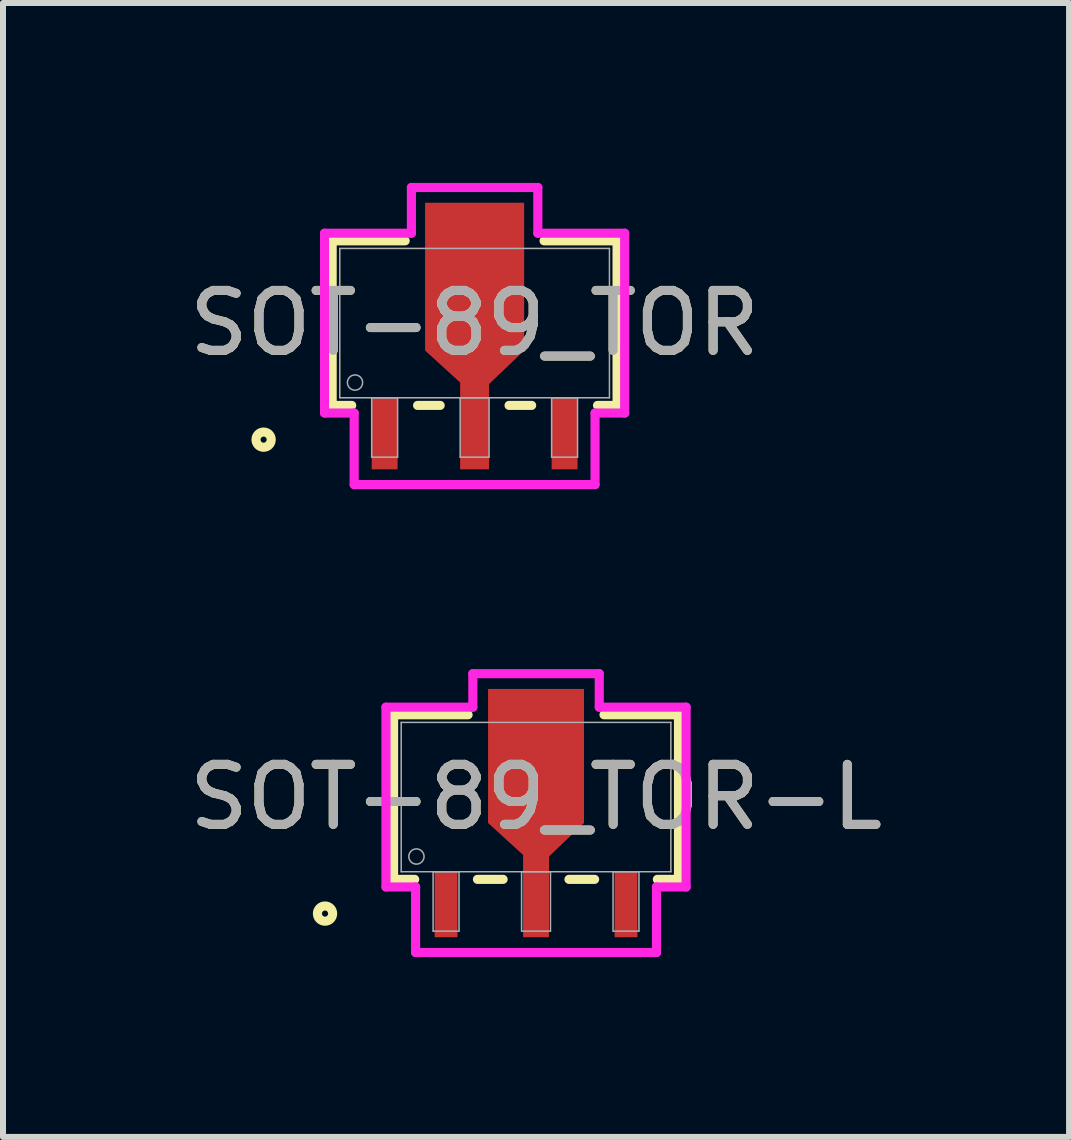
<source format=kicad_pcb>
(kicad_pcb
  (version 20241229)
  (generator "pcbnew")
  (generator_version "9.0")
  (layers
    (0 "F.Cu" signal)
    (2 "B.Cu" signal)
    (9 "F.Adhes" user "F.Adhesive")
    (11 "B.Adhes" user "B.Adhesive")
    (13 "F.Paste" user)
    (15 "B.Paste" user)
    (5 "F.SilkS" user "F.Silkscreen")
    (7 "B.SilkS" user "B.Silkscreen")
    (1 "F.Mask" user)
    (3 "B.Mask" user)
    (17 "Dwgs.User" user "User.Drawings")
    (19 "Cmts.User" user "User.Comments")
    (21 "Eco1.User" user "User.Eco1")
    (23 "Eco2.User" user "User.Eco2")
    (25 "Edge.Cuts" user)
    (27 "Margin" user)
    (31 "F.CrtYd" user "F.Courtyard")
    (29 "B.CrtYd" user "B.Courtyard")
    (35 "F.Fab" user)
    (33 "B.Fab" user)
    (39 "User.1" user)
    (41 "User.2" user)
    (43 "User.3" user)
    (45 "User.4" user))
  (footprint "SOT-89_TOR"
    (layer "F.Cu")
    (at 4.863 2.337)
    (property "Reference" "SOT-89_TOR" (at 0 0 0) (unlocked yes) (layer "F.SilkS") (effects (font (size 1 1) (thickness 0.15))))
    (attr smd)
    (fp_poly (pts (xy -0.241 1.245) (xy -0.241 0.991) (xy -0.826 0.457) (xy -0.826 -2.007) (xy 0.826 -2.007) (xy 0.826 0.457) (xy 0.241 1.016) (xy 0.241 1.245)) (stroke (width 0) (type solid)) (fill yes) (layer "F.Cu"))
    (fp_poly (pts (xy -0.241 1.245) (xy -0.241 0.991) (xy -0.8 0.432) (xy -0.8 -1.854) (xy 0.8 -1.854) (xy 0.8 0.432) (xy 0.241 0.991) (xy 0.241 1.245)) (stroke (width 0) (type solid)) (fill yes) (layer "F.Mask"))
    (fp_line (start -2.375 -1.372) (end -2.375 1.372) (stroke (width 0.152) (type solid)) (layer "F.SilkS"))
    (fp_line (start -2.375 1.372) (end -2.049 1.372) (stroke (width 0.152) (type solid)) (layer "F.SilkS"))
    (fp_line (start -1.158 -1.372) (end -2.375 -1.372) (stroke (width 0.152) (type solid)) (layer "F.SilkS"))
    (fp_line (start -0.951 1.372) (end -0.574 1.372) (stroke (width 0.152) (type solid)) (layer "F.SilkS"))
    (fp_line (start 0.574 1.372) (end 0.951 1.372) (stroke (width 0.152) (type solid)) (layer "F.SilkS"))
    (fp_line (start 2.049 1.372) (end 2.375 1.372) (stroke (width 0.152) (type solid)) (layer "F.SilkS"))
    (fp_line (start 2.375 -1.372) (end 1.158 -1.372) (stroke (width 0.152) (type solid)) (layer "F.SilkS"))
    (fp_line (start 2.375 1.372) (end 2.375 -1.372) (stroke (width 0.152) (type solid)) (layer "F.SilkS"))
    (fp_circle (center -3.518 1.943) (end -3.391 1.943) (stroke (width 0.152) (type solid)) (fill no) (layer "F.SilkS"))
    (fp_poly (pts (xy -0.241 1.245) (xy -0.241 0.991) (xy -0.8 0.432) (xy -0.8 -1.854) (xy 0.8 -1.854) (xy 0.8 0.432) (xy 0.241 0.991) (xy 0.241 1.245)) (stroke (width 0) (type solid)) (fill yes) (layer "F.Paste"))
    (fp_line (start -2.502 -1.499) (end -1.054 -1.499) (stroke (width 0.152) (type solid)) (layer "F.CrtYd"))
    (fp_line (start -2.502 1.499) (end -2.502 -1.499) (stroke (width 0.152) (type solid)) (layer "F.CrtYd"))
    (fp_line (start -2.008 1.499) (end -2.502 1.499) (stroke (width 0.152) (type solid)) (layer "F.CrtYd"))
    (fp_line (start -2.008 2.692) (end -2.008 1.499) (stroke (width 0.152) (type solid)) (layer "F.CrtYd"))
    (fp_line (start -1.054 -2.261) (end 1.054 -2.261) (stroke (width 0.152) (type solid)) (layer "F.CrtYd"))
    (fp_line (start -1.054 -1.499) (end -1.054 -2.261) (stroke (width 0.152) (type solid)) (layer "F.CrtYd"))
    (fp_line (start 1.054 -2.261) (end 1.054 -1.499) (stroke (width 0.152) (type solid)) (layer "F.CrtYd"))
    (fp_line (start 1.054 -1.499) (end 2.502 -1.499) (stroke (width 0.152) (type solid)) (layer "F.CrtYd"))
    (fp_line (start 2.008 1.499) (end 2.008 2.692) (stroke (width 0.152) (type solid)) (layer "F.CrtYd"))
    (fp_line (start 2.008 2.692) (end -2.008 2.692) (stroke (width 0.152) (type solid)) (layer "F.CrtYd"))
    (fp_line (start 2.502 -1.499) (end 2.502 1.499) (stroke (width 0.152) (type solid)) (layer "F.CrtYd"))
    (fp_line (start 2.502 1.499) (end 2.008 1.499) (stroke (width 0.152) (type solid)) (layer "F.CrtYd"))
    (fp_line (start -2.248 -1.245) (end -2.248 1.245) (stroke (width 0.025) (type solid)) (layer "F.Fab"))
    (fp_line (start -2.248 1.245) (end 2.248 1.245) (stroke (width 0.025) (type solid)) (layer "F.Fab"))
    (fp_line (start -1.716 1.245) (end -1.716 2.235) (stroke (width 0.025) (type solid)) (layer "F.Fab"))
    (fp_line (start -1.716 2.235) (end -1.284 2.235) (stroke (width 0.025) (type solid)) (layer "F.Fab"))
    (fp_line (start -1.284 1.245) (end -1.716 1.245) (stroke (width 0.025) (type solid)) (layer "F.Fab"))
    (fp_line (start -1.284 2.235) (end -1.284 1.245) (stroke (width 0.025) (type solid)) (layer "F.Fab"))
    (fp_line (start -0.241 1.245) (end -0.241 2.235) (stroke (width 0.025) (type solid)) (layer "F.Fab"))
    (fp_line (start -0.241 2.235) (end 0.241 2.235) (stroke (width 0.025) (type solid)) (layer "F.Fab"))
    (fp_line (start 0.241 1.245) (end -0.241 1.245) (stroke (width 0.025) (type solid)) (layer "F.Fab"))
    (fp_line (start 0.241 2.235) (end 0.241 1.245) (stroke (width 0.025) (type solid)) (layer "F.Fab"))
    (fp_line (start 1.284 1.245) (end 1.284 2.235) (stroke (width 0.025) (type solid)) (layer "F.Fab"))
    (fp_line (start 1.284 2.235) (end 1.716 2.235) (stroke (width 0.025) (type solid)) (layer "F.Fab"))
    (fp_line (start 1.716 1.245) (end 1.284 1.245) (stroke (width 0.025) (type solid)) (layer "F.Fab"))
    (fp_line (start 1.716 2.235) (end 1.716 1.245) (stroke (width 0.025) (type solid)) (layer "F.Fab"))
    (fp_line (start 2.248 -1.245) (end -2.248 -1.245) (stroke (width 0.025) (type solid)) (layer "F.Fab"))
    (fp_line (start 2.248 1.245) (end 2.248 -1.245) (stroke (width 0.025) (type solid)) (layer "F.Fab"))
    (fp_circle (center -1.994 0.991) (end -1.867 0.991) (stroke (width 0.025) (type solid)) (fill no) (layer "F.Fab"))
    (fp_text user "${REFERENCE}" (at 0 0 0) (unlocked yes) (layer "F.Fab") (effects (font (size 1 1) (thickness 0.15))))
    (pad "1" smd rect (at -1.5 1.841) (size 0.432 1.194) (layers "F.Cu" "F.Mask" "F.Paste"))
    (pad "2" smd rect (at 0 1.841) (size 0.483 1.194) (layers "F.Cu" "F.Mask" "F.Paste"))
    (pad "3" smd rect (at 1.5 1.841) (size 0.432 1.194) (layers "F.Cu" "F.Mask" "F.Paste")))
  (footprint "SOT-89_TOR-L"
    (layer "F.Cu")
    (at 5.887 10.239)
    (property "Reference" "SOT-89_TOR-L" (at 0 0 0) (unlocked yes) (layer "F.SilkS") (effects (font (size 1 1) (thickness 0.15))))
    (attr smd)
    (fp_poly (pts (xy -0.216 1.245) (xy -0.216 0.965) (xy -0.8 0.432) (xy -0.8 -1.803) (xy 0.8 -1.803) (xy 0.8 0.432) (xy 0.216 0.991) (xy 0.216 1.245)) (stroke (width 0) (type solid)) (fill yes) (layer "F.Cu"))
    (fp_poly (pts (xy -0.216 1.219) (xy -0.216 0.965) (xy -0.775 0.406) (xy -0.775 -1.753) (xy 0.775 -1.753) (xy 0.775 0.406) (xy 0.216 0.965) (xy 0.216 1.219)) (stroke (width 0) (type solid)) (fill yes) (layer "F.Mask"))
    (fp_line (start -2.375 -1.372) (end -2.375 1.372) (stroke (width 0.152) (type solid)) (layer "F.SilkS"))
    (fp_line (start -2.375 1.372) (end -2.023 1.372) (stroke (width 0.152) (type solid)) (layer "F.SilkS"))
    (fp_line (start -1.133 -1.372) (end -2.375 -1.372) (stroke (width 0.152) (type solid)) (layer "F.SilkS"))
    (fp_line (start -0.977 1.372) (end -0.549 1.372) (stroke (width 0.152) (type solid)) (layer "F.SilkS"))
    (fp_line (start 0.549 1.372) (end 0.977 1.372) (stroke (width 0.152) (type solid)) (layer "F.SilkS"))
    (fp_line (start 2.023 1.372) (end 2.375 1.372) (stroke (width 0.152) (type solid)) (layer "F.SilkS"))
    (fp_line (start 2.375 -1.372) (end 1.133 -1.372) (stroke (width 0.152) (type solid)) (layer "F.SilkS"))
    (fp_line (start 2.375 1.372) (end 2.375 -1.372) (stroke (width 0.152) (type solid)) (layer "F.SilkS"))
    (fp_circle (center -3.518 1.943) (end -3.391 1.943) (stroke (width 0.152) (type solid)) (fill no) (layer "F.SilkS"))
    (fp_poly (pts (xy -0.216 1.219) (xy -0.216 0.965) (xy -0.775 0.406) (xy -0.775 -1.753) (xy 0.775 -1.753) (xy 0.775 0.406) (xy 0.216 0.965) (xy 0.216 1.219)) (stroke (width 0) (type solid)) (fill yes) (layer "F.Paste"))
    (fp_line (start -2.502 -1.499) (end -1.054 -1.499) (stroke (width 0.152) (type solid)) (layer "F.CrtYd"))
    (fp_line (start -2.502 1.499) (end -2.502 -1.499) (stroke (width 0.152) (type solid)) (layer "F.CrtYd"))
    (fp_line (start -2.008 1.499) (end -2.502 1.499) (stroke (width 0.152) (type solid)) (layer "F.CrtYd"))
    (fp_line (start -2.008 2.591) (end -2.008 1.499) (stroke (width 0.152) (type solid)) (layer "F.CrtYd"))
    (fp_line (start -1.054 -2.057) (end 1.054 -2.057) (stroke (width 0.152) (type solid)) (layer "F.CrtYd"))
    (fp_line (start -1.054 -1.499) (end -1.054 -2.057) (stroke (width 0.152) (type solid)) (layer "F.CrtYd"))
    (fp_line (start 1.054 -2.057) (end 1.054 -1.499) (stroke (width 0.152) (type solid)) (layer "F.CrtYd"))
    (fp_line (start 1.054 -1.499) (end 2.502 -1.499) (stroke (width 0.152) (type solid)) (layer "F.CrtYd"))
    (fp_line (start 2.008 1.499) (end 2.008 2.591) (stroke (width 0.152) (type solid)) (layer "F.CrtYd"))
    (fp_line (start 2.008 2.591) (end -2.008 2.591) (stroke (width 0.152) (type solid)) (layer "F.CrtYd"))
    (fp_line (start 2.502 -1.499) (end 2.502 1.499) (stroke (width 0.152) (type solid)) (layer "F.CrtYd"))
    (fp_line (start 2.502 1.499) (end 2.008 1.499) (stroke (width 0.152) (type solid)) (layer "F.CrtYd"))
    (fp_line (start -2.248 -1.245) (end -2.248 1.245) (stroke (width 0.025) (type solid)) (layer "F.Fab"))
    (fp_line (start -2.248 1.245) (end 2.248 1.245) (stroke (width 0.025) (type solid)) (layer "F.Fab"))
    (fp_line (start -1.716 1.245) (end -1.716 2.235) (stroke (width 0.025) (type solid)) (layer "F.Fab"))
    (fp_line (start -1.716 2.235) (end -1.284 2.235) (stroke (width 0.025) (type solid)) (layer "F.Fab"))
    (fp_line (start -1.284 1.245) (end -1.716 1.245) (stroke (width 0.025) (type solid)) (layer "F.Fab"))
    (fp_line (start -1.284 2.235) (end -1.284 1.245) (stroke (width 0.025) (type solid)) (layer "F.Fab"))
    (fp_line (start -0.241 1.245) (end -0.241 2.235) (stroke (width 0.025) (type solid)) (layer "F.Fab"))
    (fp_line (start -0.241 2.235) (end 0.241 2.235) (stroke (width 0.025) (type solid)) (layer "F.Fab"))
    (fp_line (start 0.241 1.245) (end -0.241 1.245) (stroke (width 0.025) (type solid)) (layer "F.Fab"))
    (fp_line (start 0.241 2.235) (end 0.241 1.245) (stroke (width 0.025) (type solid)) (layer "F.Fab"))
    (fp_line (start 1.284 1.245) (end 1.284 2.235) (stroke (width 0.025) (type solid)) (layer "F.Fab"))
    (fp_line (start 1.284 2.235) (end 1.716 2.235) (stroke (width 0.025) (type solid)) (layer "F.Fab"))
    (fp_line (start 1.716 1.245) (end 1.284 1.245) (stroke (width 0.025) (type solid)) (layer "F.Fab"))
    (fp_line (start 1.716 2.235) (end 1.716 1.245) (stroke (width 0.025) (type solid)) (layer "F.Fab"))
    (fp_line (start 2.248 -1.245) (end -2.248 -1.245) (stroke (width 0.025) (type solid)) (layer "F.Fab"))
    (fp_line (start 2.248 1.245) (end 2.248 -1.245) (stroke (width 0.025) (type solid)) (layer "F.Fab"))
    (fp_circle (center -1.994 0.991) (end -1.867 0.991) (stroke (width 0.025) (type solid)) (fill no) (layer "F.Fab"))
    (fp_text user "${REFERENCE}" (at 0 0 0) (unlocked yes) (layer "F.Fab") (effects (font (size 1 1) (thickness 0.15))))
    (pad "1" smd rect (at -1.5 1.791) (size 0.381 1.092) (layers "F.Cu" "F.Mask" "F.Paste"))
    (pad "2" smd rect (at 0 1.791) (size 0.432 1.092) (layers "F.Cu" "F.Mask" "F.Paste"))
    (pad "3" smd rect (at 1.5 1.791) (size 0.381 1.092) (layers "F.Cu" "F.Mask" "F.Paste")))
  (gr_rect
    (start -3 -3)
    (end 14.774 15.906)
    (stroke (width 0.1) (type default))
    (fill no)
    (layer "Edge.Cuts")))
</source>
